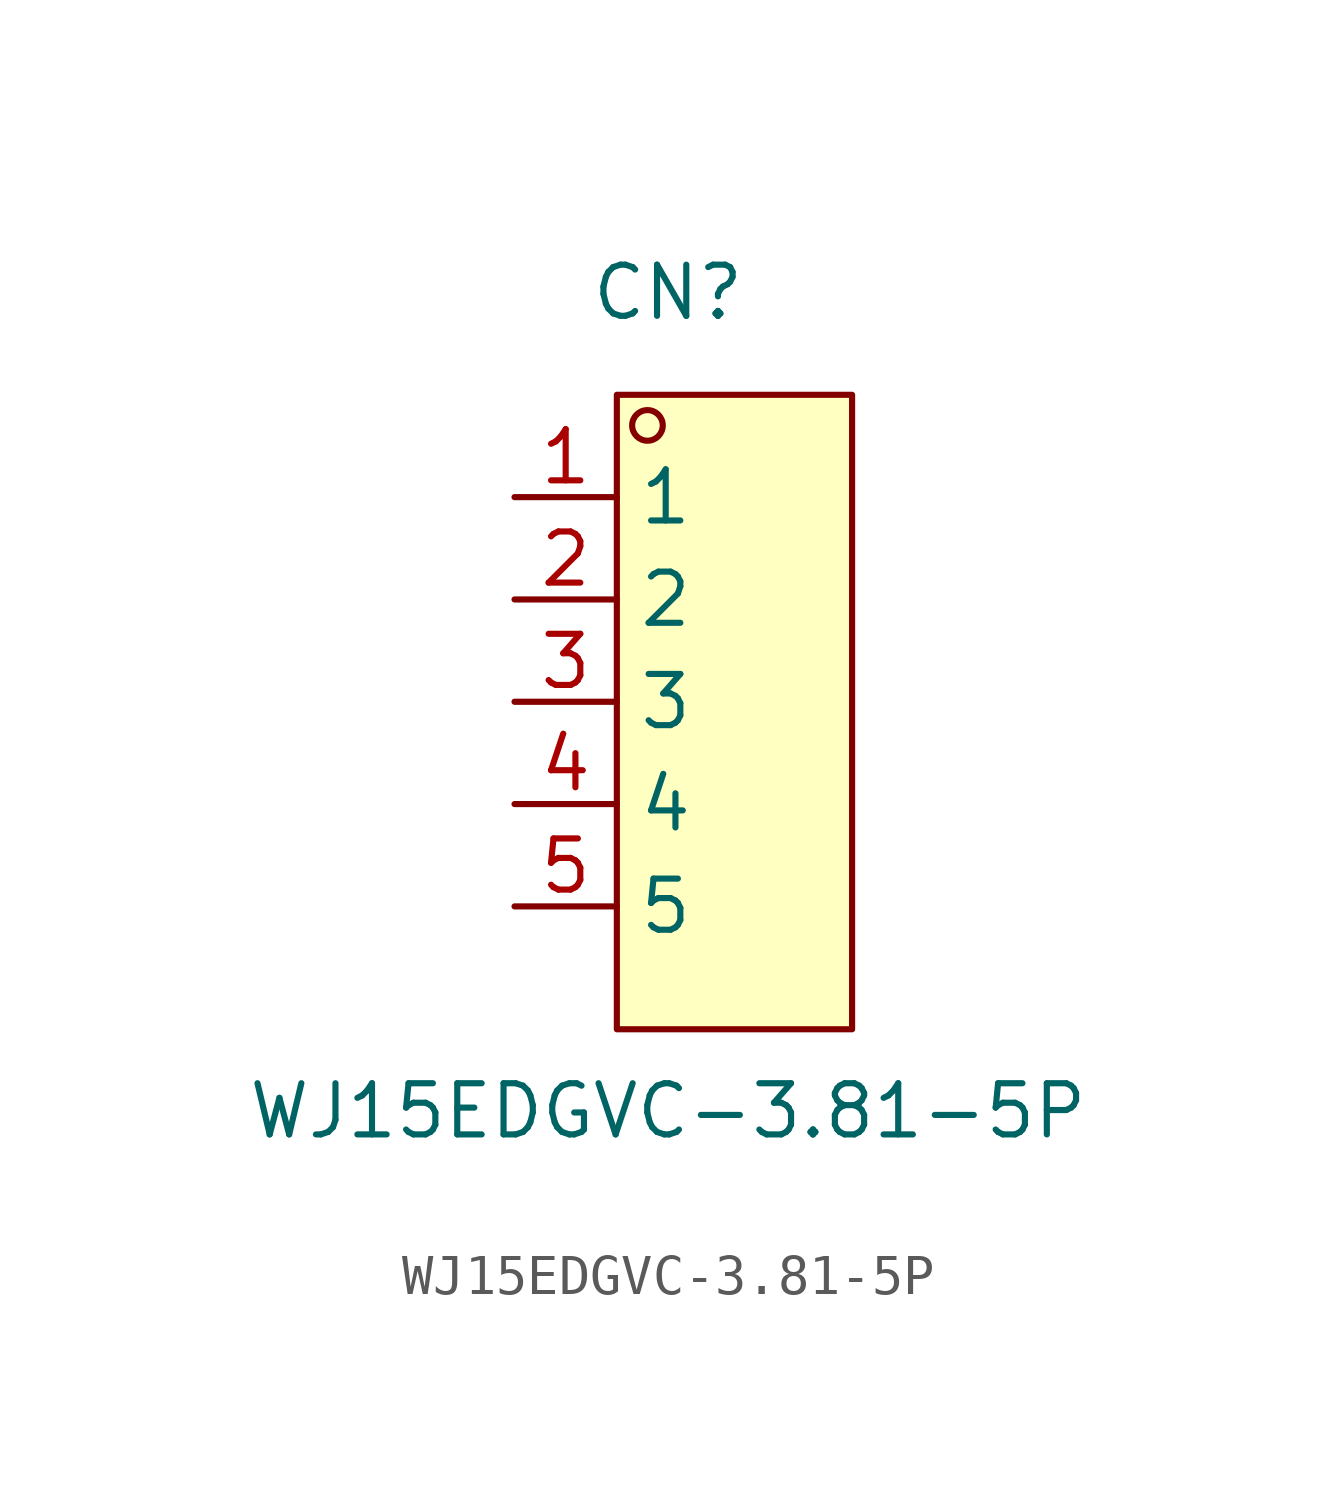
<source format=kicad_sym>
(kicad_symbol_lib
  (version 20211014)
  (generator https://github.com/uPesy/easyeda2kicad.py)
  (symbol "WJ15EDGVC-3.81-5P"
    (property "Reference" "CN"
      (at 0 10.16 0)
      (effects (font (size 1.27 1.27))))
    (property "Value" "WJ15EDGVC-3.81-5P"
      (at 0 -10.16 0)
      (effects (font (size 1.27 1.27))))
    (symbol "WJ15EDGVC-3.81-5P_0_1"
      (rectangle (start -1.27 7.62) (end 4.57 -8.13) (stroke (width 0) (type default) (color 0 0 0 0)) (fill (type background)))
      (circle (center -0.51 6.86) (radius 0.38) (stroke (width 0) (type default) (color 0 0 0 0)) (fill (type none)))
      (pin unspecified line (at -3.81 5.08 0) (length 2.54) (name "1" (effects (font (size 1.27 1.27)))) (number "1" (effects (font (size 1.27 1.27)))))
      (pin unspecified line (at -3.81 2.54 0) (length 2.54) (name "2" (effects (font (size 1.27 1.27)))) (number "2" (effects (font (size 1.27 1.27)))))
      (pin unspecified line (at -3.81 -0.00 0) (length 2.54) (name "3" (effects (font (size 1.27 1.27)))) (number "3" (effects (font (size 1.27 1.27)))))
      (pin unspecified line (at -3.81 -2.54 0) (length 2.54) (name "4" (effects (font (size 1.27 1.27)))) (number "4" (effects (font (size 1.27 1.27)))))
      (pin unspecified line (at -3.81 -5.08 0) (length 2.54) (name "5" (effects (font (size 1.27 1.27)))) (number "5" (effects (font (size 1.27 1.27))))))))
</source>
